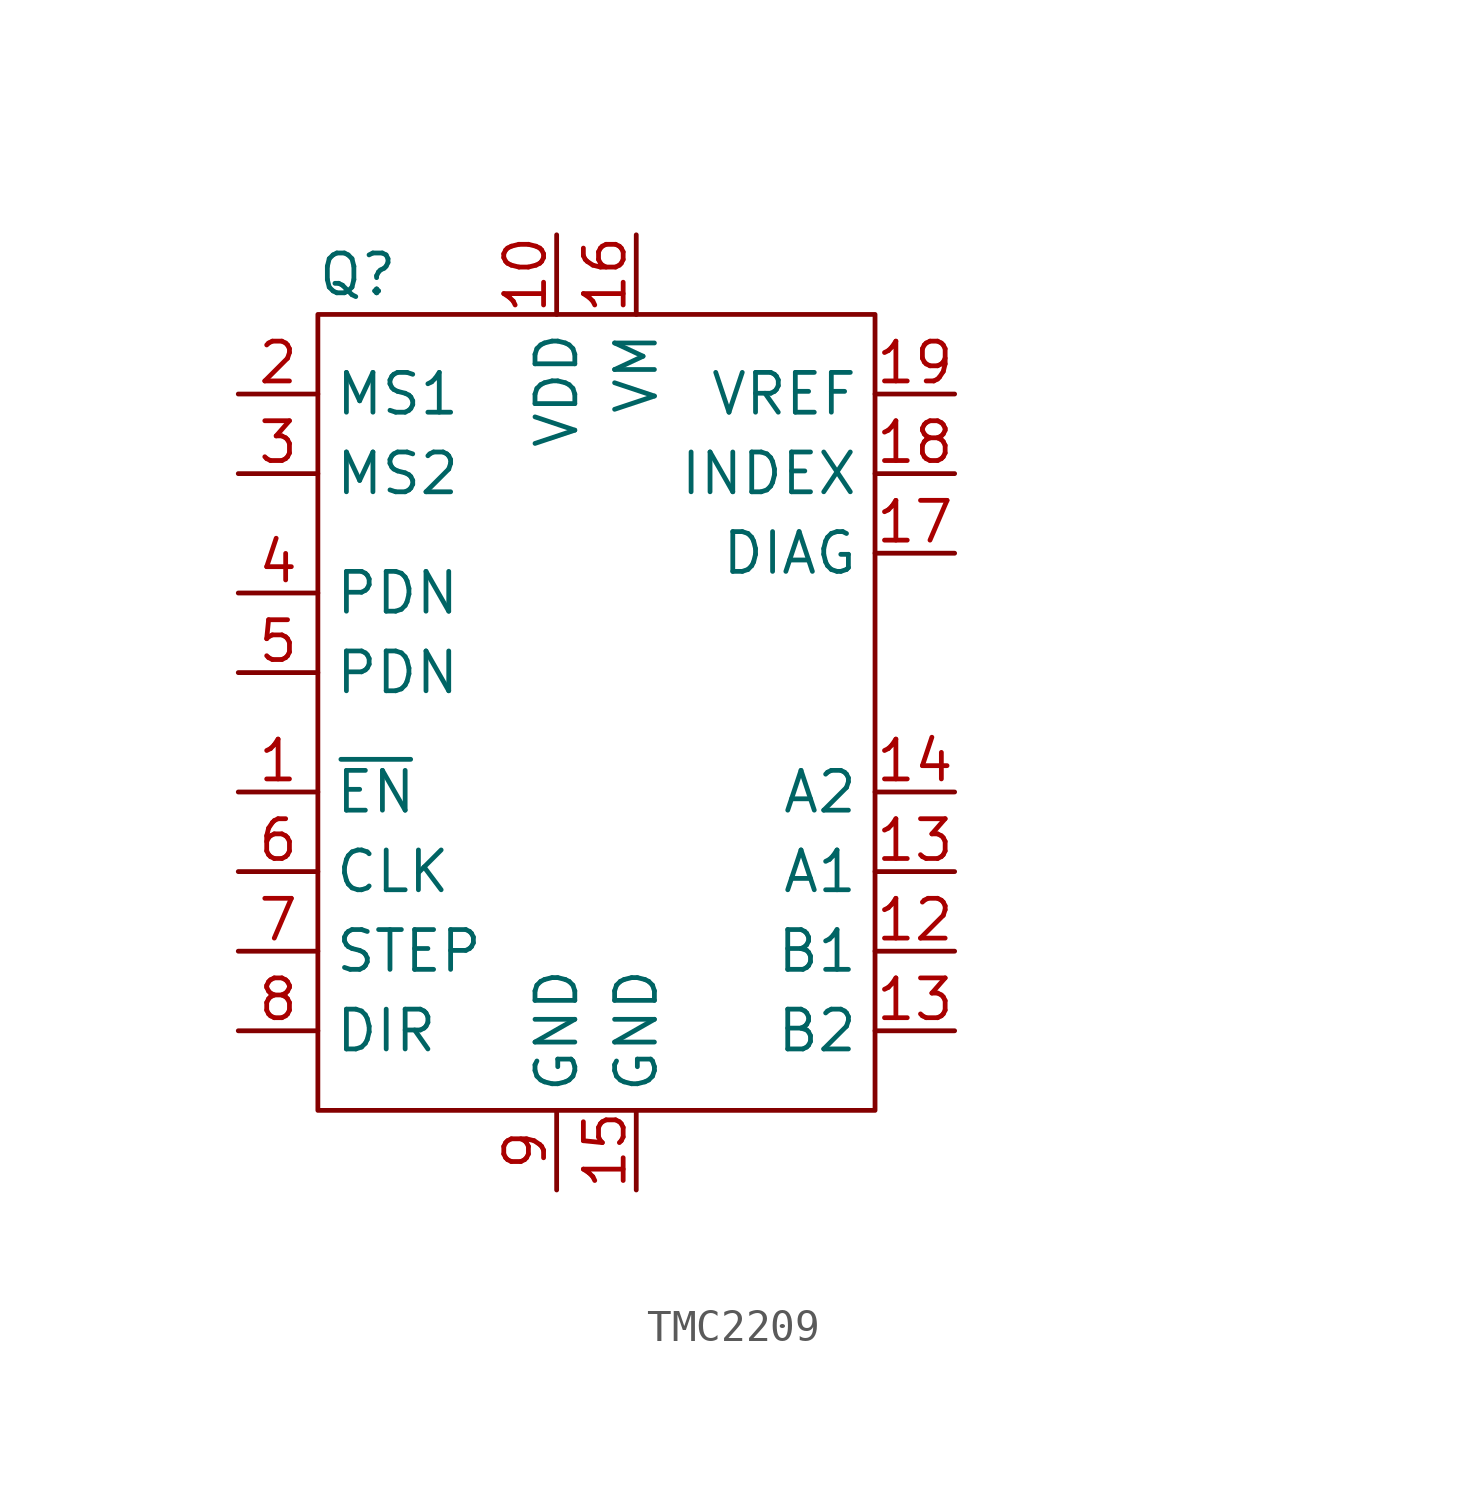
<source format=kicad_sym>
(kicad_symbol_lib
  (version 20220914)
  (generator kicad_symbol_editor)
  (symbol "TMC2209"
    (property "Reference" "Q"
      (at 1.27 26.67 0)
      (effects (font (size 1.27 1.27))))
    (property "Value" ""
      (at 29.21 22.86 0)
      (effects (font (size 1.27 1.27))))
    (symbol "TMC2209_1_1"
      (rectangle (start 0 25.4) (end 17.78 0) (stroke (width 0) (type default)) (fill (type none)))
      (pin input line (at -2.54 10.16 0) (length 2.54) (name "~{EN}" (effects (font (size 1.27 1.27)))) (number "1" (effects (font (size 1.27 1.27)))))
      (pin power_in line (at 7.62 27.94 270) (length 2.54) (name "VDD" (effects (font (size 1.27 1.27)))) (number "10" (effects (font (size 1.27 1.27)))))
      (pin power_out line (at 20.32 5.08 180) (length 2.54) (name "B1" (effects (font (size 1.27 1.27)))) (number "12" (effects (font (size 1.27 1.27)))))
      (pin power_out line (at 20.32 7.62 180) (length 2.54) (name "A1" (effects (font (size 1.27 1.27)))) (number "13" (effects (font (size 1.27 1.27)))))
      (pin power_out line (at 20.32 2.54 180) (length 2.54) (name "B2" (effects (font (size 1.27 1.27)))) (number "13" (effects (font (size 1.27 1.27)))))
      (pin power_out line (at 20.32 10.16 180) (length 2.54) (name "A2" (effects (font (size 1.27 1.27)))) (number "14" (effects (font (size 1.27 1.27)))))
      (pin power_in line (at 10.16 -2.54 90) (length 2.54) (name "GND" (effects (font (size 1.27 1.27)))) (number "15" (effects (font (size 1.27 1.27)))))
      (pin input line (at 10.16 27.94 270) (length 2.54) (name "VM" (effects (font (size 1.27 1.27)))) (number "16" (effects (font (size 1.27 1.27)))))
      (pin output line (at 20.32 17.78 180) (length 2.54) (name "DIAG" (effects (font (size 1.27 1.27)))) (number "17" (effects (font (size 1.27 1.27)))))
      (pin output line (at 20.32 20.32 180) (length 2.54) (name "INDEX" (effects (font (size 1.27 1.27)))) (number "18" (effects (font (size 1.27 1.27)))))
      (pin input line (at 20.32 22.86 180) (length 2.54) (name "VREF" (effects (font (size 1.27 1.27)))) (number "19" (effects (font (size 1.27 1.27)))))
      (pin input line (at -2.54 22.86 0) (length 2.54) (name "MS1" (effects (font (size 1.27 1.27)))) (number "2" (effects (font (size 1.27 1.27)))))
      (pin input line (at -2.54 20.32 0) (length 2.54) (name "MS2" (effects (font (size 1.27 1.27)))) (number "3" (effects (font (size 1.27 1.27)))))
      (pin bidirectional line (at -2.54 16.51 0) (length 2.54) (name "PDN" (effects (font (size 1.27 1.27)))) (number "4" (effects (font (size 1.27 1.27)))))
      (pin bidirectional line (at -2.54 13.97 0) (length 2.54) (name "PDN" (effects (font (size 1.27 1.27)))) (number "5" (effects (font (size 1.27 1.27)))))
      (pin input line (at -2.54 7.62 0) (length 2.54) (name "CLK" (effects (font (size 1.27 1.27)))) (number "6" (effects (font (size 1.27 1.27)))))
      (pin input line (at -2.54 5.08 0) (length 2.54) (name "STEP" (effects (font (size 1.27 1.27)))) (number "7" (effects (font (size 1.27 1.27)))))
      (pin input line (at -2.54 2.54 0) (length 2.54) (name "DIR" (effects (font (size 1.27 1.27)))) (number "8" (effects (font (size 1.27 1.27)))))
      (pin power_in line (at 7.62 -2.54 90) (length 2.54) (name "GND" (effects (font (size 1.27 1.27)))) (number "9" (effects (font (size 1.27 1.27))))))))
</source>
